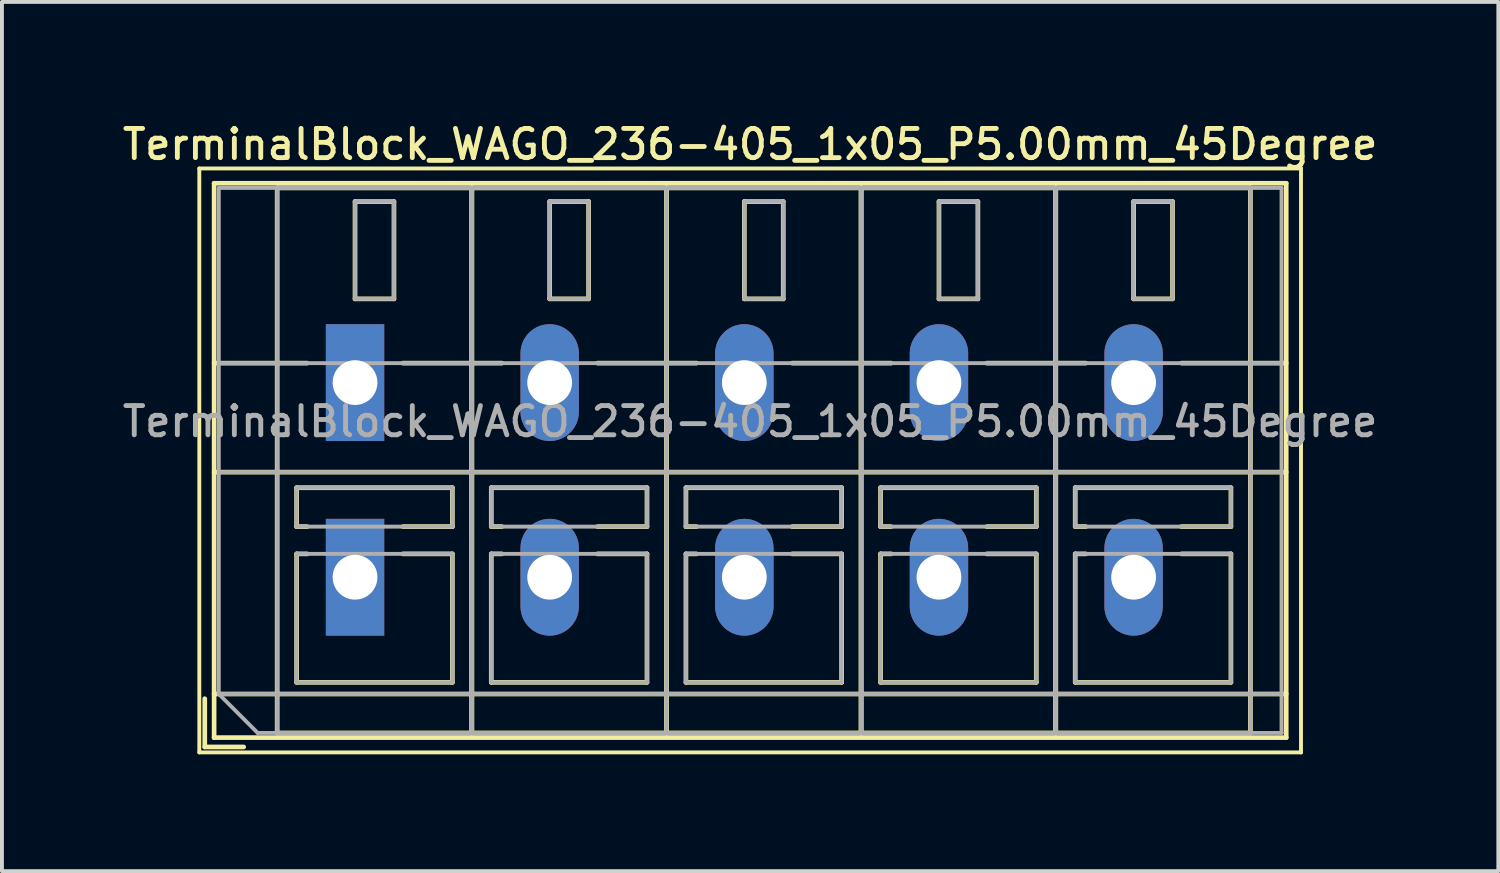
<source format=kicad_pcb>
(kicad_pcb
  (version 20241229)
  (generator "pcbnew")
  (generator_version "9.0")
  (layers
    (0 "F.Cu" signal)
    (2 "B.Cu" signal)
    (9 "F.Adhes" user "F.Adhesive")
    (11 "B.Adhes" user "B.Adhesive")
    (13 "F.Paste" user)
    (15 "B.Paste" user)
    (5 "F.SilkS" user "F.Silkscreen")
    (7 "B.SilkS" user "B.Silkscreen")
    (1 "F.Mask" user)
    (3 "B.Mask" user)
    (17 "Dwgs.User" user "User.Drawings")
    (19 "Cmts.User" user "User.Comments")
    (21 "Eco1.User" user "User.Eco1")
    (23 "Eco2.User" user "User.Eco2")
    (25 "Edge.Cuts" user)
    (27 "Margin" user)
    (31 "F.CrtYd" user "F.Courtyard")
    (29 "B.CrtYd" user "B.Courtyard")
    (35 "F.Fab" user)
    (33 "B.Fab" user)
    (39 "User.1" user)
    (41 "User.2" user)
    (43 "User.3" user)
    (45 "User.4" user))
  (footprint "TerminalBlock_WAGO_236-405_1x05_P5.00mm_45Degree"
    (layer "F.Cu")
    (at 6.07 6.778)
    (property "Reference" "TerminalBlock_WAGO_236-405_1x05_P5.00mm_45Degree" (at 10.15 -6.12 0) (layer "F.SilkS") (effects (font (size 0.75 0.75) (thickness 0.125))))
    (attr through_hole)
    (fp_line (start -4 -5.5) (end -4 9.5) (stroke (width 0.1) (type solid)) (layer "F.SilkS"))
    (fp_line (start -4 9.5) (end 24.3 9.5) (stroke (width 0.1) (type solid)) (layer "F.SilkS"))
    (fp_line (start -3.86 8.12) (end -3.86 9.36) (stroke (width 0.12) (type solid)) (layer "F.SilkS"))
    (fp_line (start -3.86 9.36) (end -2.86 9.36) (stroke (width 0.12) (type solid)) (layer "F.SilkS"))
    (fp_line (start -3.62 -5.12) (end -3.62 9.12) (stroke (width 0.12) (type solid)) (layer "F.SilkS"))
    (fp_line (start -3.62 -5.12) (end 23.92 -5.12) (stroke (width 0.12) (type solid)) (layer "F.SilkS"))
    (fp_line (start -3.62 -0.5) (end -1.23 -0.5) (stroke (width 0.12) (type solid)) (layer "F.SilkS"))
    (fp_line (start -3.62 2.3) (end 23.92 2.3) (stroke (width 0.12) (type solid)) (layer "F.SilkS"))
    (fp_line (start -3.62 8) (end 23.92 8) (stroke (width 0.12) (type solid)) (layer "F.SilkS"))
    (fp_line (start -3.62 9.12) (end 23.92 9.12) (stroke (width 0.12) (type solid)) (layer "F.SilkS"))
    (fp_line (start -2 -5) (end -2 9) (stroke (width 0.12) (type solid)) (layer "F.SilkS"))
    (fp_line (start -2 -5) (end 3 -5) (stroke (width 0.12) (type solid)) (layer "F.SilkS"))
    (fp_line (start -2 9) (end 3 9) (stroke (width 0.12) (type solid)) (layer "F.SilkS"))
    (fp_line (start -1.5 2.7) (end -1.5 3.7) (stroke (width 0.12) (type solid)) (layer "F.SilkS"))
    (fp_line (start -1.5 2.7) (end 2.5 2.7) (stroke (width 0.12) (type solid)) (layer "F.SilkS"))
    (fp_line (start -1.5 3.7) (end -1.23 3.7) (stroke (width 0.12) (type solid)) (layer "F.SilkS"))
    (fp_line (start -1.5 4.4) (end -1.5 7.7) (stroke (width 0.12) (type solid)) (layer "F.SilkS"))
    (fp_line (start -1.5 4.4) (end -1.23 4.4) (stroke (width 0.12) (type solid)) (layer "F.SilkS"))
    (fp_line (start -1.5 7.7) (end 2.5 7.7) (stroke (width 0.12) (type solid)) (layer "F.SilkS"))
    (fp_line (start 0 -4.65) (end 0 -2.151) (stroke (width 0.12) (type solid)) (layer "F.SilkS"))
    (fp_line (start 0 -4.65) (end 1 -4.65) (stroke (width 0.12) (type solid)) (layer "F.SilkS"))
    (fp_line (start 0 -2.151) (end 1 -2.151) (stroke (width 0.12) (type solid)) (layer "F.SilkS"))
    (fp_line (start 1 -4.65) (end 1 -2.151) (stroke (width 0.12) (type solid)) (layer "F.SilkS"))
    (fp_line (start 1.23 -0.5) (end 3.77 -0.5) (stroke (width 0.12) (type solid)) (layer "F.SilkS"))
    (fp_line (start 1.23 3.7) (end 2.5 3.7) (stroke (width 0.12) (type solid)) (layer "F.SilkS"))
    (fp_line (start 1.23 4.4) (end 2.5 4.4) (stroke (width 0.12) (type solid)) (layer "F.SilkS"))
    (fp_line (start 2.5 2.7) (end 2.5 3.7) (stroke (width 0.12) (type solid)) (layer "F.SilkS"))
    (fp_line (start 2.5 4.4) (end 2.5 7.7) (stroke (width 0.12) (type solid)) (layer "F.SilkS"))
    (fp_line (start 3 -5) (end 3 9) (stroke (width 0.12) (type solid)) (layer "F.SilkS"))
    (fp_line (start 3 -5) (end 3 9) (stroke (width 0.12) (type solid)) (layer "F.SilkS"))
    (fp_line (start 3 -5) (end 8 -5) (stroke (width 0.12) (type solid)) (layer "F.SilkS"))
    (fp_line (start 3 9) (end 8 9) (stroke (width 0.12) (type solid)) (layer "F.SilkS"))
    (fp_line (start 3.5 2.7) (end 3.5 3.7) (stroke (width 0.12) (type solid)) (layer "F.SilkS"))
    (fp_line (start 3.5 2.7) (end 7.5 2.7) (stroke (width 0.12) (type solid)) (layer "F.SilkS"))
    (fp_line (start 3.5 3.7) (end 3.77 3.7) (stroke (width 0.12) (type solid)) (layer "F.SilkS"))
    (fp_line (start 3.5 4.4) (end 3.5 7.7) (stroke (width 0.12) (type solid)) (layer "F.SilkS"))
    (fp_line (start 3.5 4.4) (end 3.77 4.4) (stroke (width 0.12) (type solid)) (layer "F.SilkS"))
    (fp_line (start 3.5 7.7) (end 7.5 7.7) (stroke (width 0.12) (type solid)) (layer "F.SilkS"))
    (fp_line (start 5 -4.65) (end 5 -2.151) (stroke (width 0.12) (type solid)) (layer "F.SilkS"))
    (fp_line (start 5 -4.65) (end 6 -4.65) (stroke (width 0.12) (type solid)) (layer "F.SilkS"))
    (fp_line (start 5 -2.151) (end 6 -2.151) (stroke (width 0.12) (type solid)) (layer "F.SilkS"))
    (fp_line (start 6 -4.65) (end 6 -2.151) (stroke (width 0.12) (type solid)) (layer "F.SilkS"))
    (fp_line (start 6.23 -0.5) (end 8.77 -0.5) (stroke (width 0.12) (type solid)) (layer "F.SilkS"))
    (fp_line (start 6.23 3.7) (end 7.5 3.7) (stroke (width 0.12) (type solid)) (layer "F.SilkS"))
    (fp_line (start 6.23 4.4) (end 7.5 4.4) (stroke (width 0.12) (type solid)) (layer "F.SilkS"))
    (fp_line (start 7.5 2.7) (end 7.5 3.7) (stroke (width 0.12) (type solid)) (layer "F.SilkS"))
    (fp_line (start 7.5 4.4) (end 7.5 7.7) (stroke (width 0.12) (type solid)) (layer "F.SilkS"))
    (fp_line (start 8 -5) (end 8 9) (stroke (width 0.12) (type solid)) (layer "F.SilkS"))
    (fp_line (start 8 -5) (end 8 9) (stroke (width 0.12) (type solid)) (layer "F.SilkS"))
    (fp_line (start 8 -5) (end 13 -5) (stroke (width 0.12) (type solid)) (layer "F.SilkS"))
    (fp_line (start 8 9) (end 13 9) (stroke (width 0.12) (type solid)) (layer "F.SilkS"))
    (fp_line (start 8.5 2.7) (end 8.5 3.7) (stroke (width 0.12) (type solid)) (layer "F.SilkS"))
    (fp_line (start 8.5 2.7) (end 12.5 2.7) (stroke (width 0.12) (type solid)) (layer "F.SilkS"))
    (fp_line (start 8.5 3.7) (end 8.77 3.7) (stroke (width 0.12) (type solid)) (layer "F.SilkS"))
    (fp_line (start 8.5 4.4) (end 8.5 7.7) (stroke (width 0.12) (type solid)) (layer "F.SilkS"))
    (fp_line (start 8.5 4.4) (end 8.77 4.4) (stroke (width 0.12) (type solid)) (layer "F.SilkS"))
    (fp_line (start 8.5 7.7) (end 12.5 7.7) (stroke (width 0.12) (type solid)) (layer "F.SilkS"))
    (fp_line (start 10 -4.65) (end 10 -2.151) (stroke (width 0.12) (type solid)) (layer "F.SilkS"))
    (fp_line (start 10 -4.65) (end 11 -4.65) (stroke (width 0.12) (type solid)) (layer "F.SilkS"))
    (fp_line (start 10 -2.151) (end 11 -2.151) (stroke (width 0.12) (type solid)) (layer "F.SilkS"))
    (fp_line (start 11 -4.65) (end 11 -2.151) (stroke (width 0.12) (type solid)) (layer "F.SilkS"))
    (fp_line (start 11.23 -0.5) (end 13.77 -0.5) (stroke (width 0.12) (type solid)) (layer "F.SilkS"))
    (fp_line (start 11.23 3.7) (end 12.5 3.7) (stroke (width 0.12) (type solid)) (layer "F.SilkS"))
    (fp_line (start 11.23 4.4) (end 12.5 4.4) (stroke (width 0.12) (type solid)) (layer "F.SilkS"))
    (fp_line (start 12.5 2.7) (end 12.5 3.7) (stroke (width 0.12) (type solid)) (layer "F.SilkS"))
    (fp_line (start 12.5 4.4) (end 12.5 7.7) (stroke (width 0.12) (type solid)) (layer "F.SilkS"))
    (fp_line (start 13 -5) (end 13 9) (stroke (width 0.12) (type solid)) (layer "F.SilkS"))
    (fp_line (start 13 -5) (end 13 9) (stroke (width 0.12) (type solid)) (layer "F.SilkS"))
    (fp_line (start 13 -5) (end 18 -5) (stroke (width 0.12) (type solid)) (layer "F.SilkS"))
    (fp_line (start 13 9) (end 18 9) (stroke (width 0.12) (type solid)) (layer "F.SilkS"))
    (fp_line (start 13.5 2.7) (end 13.5 3.7) (stroke (width 0.12) (type solid)) (layer "F.SilkS"))
    (fp_line (start 13.5 2.7) (end 17.5 2.7) (stroke (width 0.12) (type solid)) (layer "F.SilkS"))
    (fp_line (start 13.5 3.7) (end 13.77 3.7) (stroke (width 0.12) (type solid)) (layer "F.SilkS"))
    (fp_line (start 13.5 4.4) (end 13.5 7.7) (stroke (width 0.12) (type solid)) (layer "F.SilkS"))
    (fp_line (start 13.5 4.4) (end 13.77 4.4) (stroke (width 0.12) (type solid)) (layer "F.SilkS"))
    (fp_line (start 13.5 7.7) (end 17.5 7.7) (stroke (width 0.12) (type solid)) (layer "F.SilkS"))
    (fp_line (start 15 -4.65) (end 15 -2.151) (stroke (width 0.12) (type solid)) (layer "F.SilkS"))
    (fp_line (start 15 -4.65) (end 16 -4.65) (stroke (width 0.12) (type solid)) (layer "F.SilkS"))
    (fp_line (start 15 -2.151) (end 16 -2.151) (stroke (width 0.12) (type solid)) (layer "F.SilkS"))
    (fp_line (start 16 -4.65) (end 16 -2.151) (stroke (width 0.12) (type solid)) (layer "F.SilkS"))
    (fp_line (start 16.23 -0.5) (end 18.77 -0.5) (stroke (width 0.12) (type solid)) (layer "F.SilkS"))
    (fp_line (start 16.23 3.7) (end 17.5 3.7) (stroke (width 0.12) (type solid)) (layer "F.SilkS"))
    (fp_line (start 16.23 4.4) (end 17.5 4.4) (stroke (width 0.12) (type solid)) (layer "F.SilkS"))
    (fp_line (start 17.5 2.7) (end 17.5 3.7) (stroke (width 0.12) (type solid)) (layer "F.SilkS"))
    (fp_line (start 17.5 4.4) (end 17.5 7.7) (stroke (width 0.12) (type solid)) (layer "F.SilkS"))
    (fp_line (start 18 -5) (end 18 9) (stroke (width 0.12) (type solid)) (layer "F.SilkS"))
    (fp_line (start 18 -5) (end 18 9) (stroke (width 0.12) (type solid)) (layer "F.SilkS"))
    (fp_line (start 18 -5) (end 23 -5) (stroke (width 0.12) (type solid)) (layer "F.SilkS"))
    (fp_line (start 18 9) (end 23 9) (stroke (width 0.12) (type solid)) (layer "F.SilkS"))
    (fp_line (start 18.5 2.7) (end 18.5 3.7) (stroke (width 0.12) (type solid)) (layer "F.SilkS"))
    (fp_line (start 18.5 2.7) (end 22.5 2.7) (stroke (width 0.12) (type solid)) (layer "F.SilkS"))
    (fp_line (start 18.5 3.7) (end 18.77 3.7) (stroke (width 0.12) (type solid)) (layer "F.SilkS"))
    (fp_line (start 18.5 4.4) (end 18.5 7.7) (stroke (width 0.12) (type solid)) (layer "F.SilkS"))
    (fp_line (start 18.5 4.4) (end 18.77 4.4) (stroke (width 0.12) (type solid)) (layer "F.SilkS"))
    (fp_line (start 18.5 7.7) (end 22.5 7.7) (stroke (width 0.12) (type solid)) (layer "F.SilkS"))
    (fp_line (start 20 -4.65) (end 20 -2.151) (stroke (width 0.12) (type solid)) (layer "F.SilkS"))
    (fp_line (start 20 -4.65) (end 21 -4.65) (stroke (width 0.12) (type solid)) (layer "F.SilkS"))
    (fp_line (start 20 -2.151) (end 21 -2.151) (stroke (width 0.12) (type solid)) (layer "F.SilkS"))
    (fp_line (start 21 -4.65) (end 21 -2.151) (stroke (width 0.12) (type solid)) (layer "F.SilkS"))
    (fp_line (start 21.23 -0.5) (end 23.92 -0.5) (stroke (width 0.12) (type solid)) (layer "F.SilkS"))
    (fp_line (start 21.23 3.7) (end 22.5 3.7) (stroke (width 0.12) (type solid)) (layer "F.SilkS"))
    (fp_line (start 21.23 4.4) (end 22.5 4.4) (stroke (width 0.12) (type solid)) (layer "F.SilkS"))
    (fp_line (start 22.5 2.7) (end 22.5 3.7) (stroke (width 0.12) (type solid)) (layer "F.SilkS"))
    (fp_line (start 22.5 4.4) (end 22.5 7.7) (stroke (width 0.12) (type solid)) (layer "F.SilkS"))
    (fp_line (start 23 -5) (end 23 9) (stroke (width 0.12) (type solid)) (layer "F.SilkS"))
    (fp_line (start 23.92 -5.12) (end 23.92 9.12) (stroke (width 0.12) (type solid)) (layer "F.SilkS"))
    (fp_line (start 24.3 -5.5) (end -4 -5.5) (stroke (width 0.1) (type solid)) (layer "F.SilkS"))
    (fp_line (start 24.3 9.5) (end 24.3 -5.5) (stroke (width 0.1) (type solid)) (layer "F.SilkS"))
    (fp_line (start -3.5 -5) (end 23.8 -5) (stroke (width 0.1) (type solid)) (layer "F.Fab"))
    (fp_line (start -3.5 -0.5) (end 23.8 -0.5) (stroke (width 0.1) (type solid)) (layer "F.Fab"))
    (fp_line (start -3.5 2.3) (end 23.8 2.3) (stroke (width 0.1) (type solid)) (layer "F.Fab"))
    (fp_line (start -3.5 8) (end -3.5 -5) (stroke (width 0.1) (type solid)) (layer "F.Fab"))
    (fp_line (start -3.5 8) (end 23.8 8) (stroke (width 0.1) (type solid)) (layer "F.Fab"))
    (fp_line (start -2.5 9) (end -3.5 8) (stroke (width 0.1) (type solid)) (layer "F.Fab"))
    (fp_line (start -2 -5) (end -2 9) (stroke (width 0.1) (type solid)) (layer "F.Fab"))
    (fp_line (start -2 9) (end 3 9) (stroke (width 0.1) (type solid)) (layer "F.Fab"))
    (fp_line (start -1.5 2.7) (end -1.5 3.7) (stroke (width 0.1) (type solid)) (layer "F.Fab"))
    (fp_line (start -1.5 3.7) (end 2.5 3.7) (stroke (width 0.1) (type solid)) (layer "F.Fab"))
    (fp_line (start -1.5 4.4) (end -1.5 7.7) (stroke (width 0.1) (type solid)) (layer "F.Fab"))
    (fp_line (start -1.5 7.7) (end 2.5 7.7) (stroke (width 0.1) (type solid)) (layer "F.Fab"))
    (fp_line (start 0 -4.65) (end 0 -2.15) (stroke (width 0.1) (type solid)) (layer "F.Fab"))
    (fp_line (start 0 -2.15) (end 1 -2.15) (stroke (width 0.1) (type solid)) (layer "F.Fab"))
    (fp_line (start 1 -4.65) (end 0 -4.65) (stroke (width 0.1) (type solid)) (layer "F.Fab"))
    (fp_line (start 1 -2.15) (end 1 -4.65) (stroke (width 0.1) (type solid)) (layer "F.Fab"))
    (fp_line (start 2.5 2.7) (end -1.5 2.7) (stroke (width 0.1) (type solid)) (layer "F.Fab"))
    (fp_line (start 2.5 3.7) (end 2.5 2.7) (stroke (width 0.1) (type solid)) (layer "F.Fab"))
    (fp_line (start 2.5 4.4) (end -1.5 4.4) (stroke (width 0.1) (type solid)) (layer "F.Fab"))
    (fp_line (start 2.5 7.7) (end 2.5 4.4) (stroke (width 0.1) (type solid)) (layer "F.Fab"))
    (fp_line (start 3 -5) (end -2 -5) (stroke (width 0.1) (type solid)) (layer "F.Fab"))
    (fp_line (start 3 -5) (end 3 9) (stroke (width 0.1) (type solid)) (layer "F.Fab"))
    (fp_line (start 3 9) (end 3 -5) (stroke (width 0.1) (type solid)) (layer "F.Fab"))
    (fp_line (start 3 9) (end 8 9) (stroke (width 0.1) (type solid)) (layer "F.Fab"))
    (fp_line (start 3.5 2.7) (end 3.5 3.7) (stroke (width 0.1) (type solid)) (layer "F.Fab"))
    (fp_line (start 3.5 3.7) (end 7.5 3.7) (stroke (width 0.1) (type solid)) (layer "F.Fab"))
    (fp_line (start 3.5 4.4) (end 3.5 7.7) (stroke (width 0.1) (type solid)) (layer "F.Fab"))
    (fp_line (start 3.5 7.7) (end 7.5 7.7) (stroke (width 0.1) (type solid)) (layer "F.Fab"))
    (fp_line (start 5 -4.65) (end 5 -2.15) (stroke (width 0.1) (type solid)) (layer "F.Fab"))
    (fp_line (start 5 -2.15) (end 6 -2.15) (stroke (width 0.1) (type solid)) (layer "F.Fab"))
    (fp_line (start 6 -4.65) (end 5 -4.65) (stroke (width 0.1) (type solid)) (layer "F.Fab"))
    (fp_line (start 6 -2.15) (end 6 -4.65) (stroke (width 0.1) (type solid)) (layer "F.Fab"))
    (fp_line (start 7.5 2.7) (end 3.5 2.7) (stroke (width 0.1) (type solid)) (layer "F.Fab"))
    (fp_line (start 7.5 3.7) (end 7.5 2.7) (stroke (width 0.1) (type solid)) (layer "F.Fab"))
    (fp_line (start 7.5 4.4) (end 3.5 4.4) (stroke (width 0.1) (type solid)) (layer "F.Fab"))
    (fp_line (start 7.5 7.7) (end 7.5 4.4) (stroke (width 0.1) (type solid)) (layer "F.Fab"))
    (fp_line (start 8 -5) (end 3 -5) (stroke (width 0.1) (type solid)) (layer "F.Fab"))
    (fp_line (start 8 -5) (end 8 9) (stroke (width 0.1) (type solid)) (layer "F.Fab"))
    (fp_line (start 8 9) (end 8 -5) (stroke (width 0.1) (type solid)) (layer "F.Fab"))
    (fp_line (start 8 9) (end 13 9) (stroke (width 0.1) (type solid)) (layer "F.Fab"))
    (fp_line (start 8.5 2.7) (end 8.5 3.7) (stroke (width 0.1) (type solid)) (layer "F.Fab"))
    (fp_line (start 8.5 3.7) (end 12.5 3.7) (stroke (width 0.1) (type solid)) (layer "F.Fab"))
    (fp_line (start 8.5 4.4) (end 8.5 7.7) (stroke (width 0.1) (type solid)) (layer "F.Fab"))
    (fp_line (start 8.5 7.7) (end 12.5 7.7) (stroke (width 0.1) (type solid)) (layer "F.Fab"))
    (fp_line (start 10 -4.65) (end 10 -2.15) (stroke (width 0.1) (type solid)) (layer "F.Fab"))
    (fp_line (start 10 -2.15) (end 11 -2.15) (stroke (width 0.1) (type solid)) (layer "F.Fab"))
    (fp_line (start 11 -4.65) (end 10 -4.65) (stroke (width 0.1) (type solid)) (layer "F.Fab"))
    (fp_line (start 11 -2.15) (end 11 -4.65) (stroke (width 0.1) (type solid)) (layer "F.Fab"))
    (fp_line (start 12.5 2.7) (end 8.5 2.7) (stroke (width 0.1) (type solid)) (layer "F.Fab"))
    (fp_line (start 12.5 3.7) (end 12.5 2.7) (stroke (width 0.1) (type solid)) (layer "F.Fab"))
    (fp_line (start 12.5 4.4) (end 8.5 4.4) (stroke (width 0.1) (type solid)) (layer "F.Fab"))
    (fp_line (start 12.5 7.7) (end 12.5 4.4) (stroke (width 0.1) (type solid)) (layer "F.Fab"))
    (fp_line (start 13 -5) (end 8 -5) (stroke (width 0.1) (type solid)) (layer "F.Fab"))
    (fp_line (start 13 -5) (end 13 9) (stroke (width 0.1) (type solid)) (layer "F.Fab"))
    (fp_line (start 13 9) (end 13 -5) (stroke (width 0.1) (type solid)) (layer "F.Fab"))
    (fp_line (start 13 9) (end 18 9) (stroke (width 0.1) (type solid)) (layer "F.Fab"))
    (fp_line (start 13.5 2.7) (end 13.5 3.7) (stroke (width 0.1) (type solid)) (layer "F.Fab"))
    (fp_line (start 13.5 3.7) (end 17.5 3.7) (stroke (width 0.1) (type solid)) (layer "F.Fab"))
    (fp_line (start 13.5 4.4) (end 13.5 7.7) (stroke (width 0.1) (type solid)) (layer "F.Fab"))
    (fp_line (start 13.5 7.7) (end 17.5 7.7) (stroke (width 0.1) (type solid)) (layer "F.Fab"))
    (fp_line (start 15 -4.65) (end 15 -2.15) (stroke (width 0.1) (type solid)) (layer "F.Fab"))
    (fp_line (start 15 -2.15) (end 16 -2.15) (stroke (width 0.1) (type solid)) (layer "F.Fab"))
    (fp_line (start 16 -4.65) (end 15 -4.65) (stroke (width 0.1) (type solid)) (layer "F.Fab"))
    (fp_line (start 16 -2.15) (end 16 -4.65) (stroke (width 0.1) (type solid)) (layer "F.Fab"))
    (fp_line (start 17.5 2.7) (end 13.5 2.7) (stroke (width 0.1) (type solid)) (layer "F.Fab"))
    (fp_line (start 17.5 3.7) (end 17.5 2.7) (stroke (width 0.1) (type solid)) (layer "F.Fab"))
    (fp_line (start 17.5 4.4) (end 13.5 4.4) (stroke (width 0.1) (type solid)) (layer "F.Fab"))
    (fp_line (start 17.5 7.7) (end 17.5 4.4) (stroke (width 0.1) (type solid)) (layer "F.Fab"))
    (fp_line (start 18 -5) (end 13 -5) (stroke (width 0.1) (type solid)) (layer "F.Fab"))
    (fp_line (start 18 -5) (end 18 9) (stroke (width 0.1) (type solid)) (layer "F.Fab"))
    (fp_line (start 18 9) (end 18 -5) (stroke (width 0.1) (type solid)) (layer "F.Fab"))
    (fp_line (start 18 9) (end 23 9) (stroke (width 0.1) (type solid)) (layer "F.Fab"))
    (fp_line (start 18.5 2.7) (end 18.5 3.7) (stroke (width 0.1) (type solid)) (layer "F.Fab"))
    (fp_line (start 18.5 3.7) (end 22.5 3.7) (stroke (width 0.1) (type solid)) (layer "F.Fab"))
    (fp_line (start 18.5 4.4) (end 18.5 7.7) (stroke (width 0.1) (type solid)) (layer "F.Fab"))
    (fp_line (start 18.5 7.7) (end 22.5 7.7) (stroke (width 0.1) (type solid)) (layer "F.Fab"))
    (fp_line (start 20 -4.65) (end 20 -2.15) (stroke (width 0.1) (type solid)) (layer "F.Fab"))
    (fp_line (start 20 -2.15) (end 21 -2.15) (stroke (width 0.1) (type solid)) (layer "F.Fab"))
    (fp_line (start 21 -4.65) (end 20 -4.65) (stroke (width 0.1) (type solid)) (layer "F.Fab"))
    (fp_line (start 21 -2.15) (end 21 -4.65) (stroke (width 0.1) (type solid)) (layer "F.Fab"))
    (fp_line (start 22.5 2.7) (end 18.5 2.7) (stroke (width 0.1) (type solid)) (layer "F.Fab"))
    (fp_line (start 22.5 3.7) (end 22.5 2.7) (stroke (width 0.1) (type solid)) (layer "F.Fab"))
    (fp_line (start 22.5 4.4) (end 18.5 4.4) (stroke (width 0.1) (type solid)) (layer "F.Fab"))
    (fp_line (start 22.5 7.7) (end 22.5 4.4) (stroke (width 0.1) (type solid)) (layer "F.Fab"))
    (fp_line (start 23 -5) (end 18 -5) (stroke (width 0.1) (type solid)) (layer "F.Fab"))
    (fp_line (start 23 9) (end 23 -5) (stroke (width 0.1) (type solid)) (layer "F.Fab"))
    (fp_line (start 23.8 -5) (end 23.8 9) (stroke (width 0.1) (type solid)) (layer "F.Fab"))
    (fp_line (start 23.8 9) (end -2.5 9) (stroke (width 0.1) (type solid)) (layer "F.Fab"))
    (fp_text user "${REFERENCE}" (at 10.15 1 0) (layer "F.Fab") (effects (font (size 0.75 0.75) (thickness 0.125))))
    (pad "1" thru_hole rect (at 0 0) (size 1.5 3) (drill 1.15) (layers "*.Cu" "*.Mask"))
    (pad "1" thru_hole rect (at 0 5) (size 1.5 3) (drill 1.15) (layers "*.Cu" "*.Mask"))
    (pad "2" thru_hole oval (at 5 0) (size 1.5 3) (drill 1.15) (layers "*.Cu" "*.Mask"))
    (pad "2" thru_hole oval (at 5 5) (size 1.5 3) (drill 1.15) (layers "*.Cu" "*.Mask"))
    (pad "3" thru_hole oval (at 10 0) (size 1.5 3) (drill 1.15) (layers "*.Cu" "*.Mask"))
    (pad "3" thru_hole oval (at 10 5) (size 1.5 3) (drill 1.15) (layers "*.Cu" "*.Mask"))
    (pad "4" thru_hole oval (at 15 0) (size 1.5 3) (drill 1.15) (layers "*.Cu" "*.Mask"))
    (pad "4" thru_hole oval (at 15 5) (size 1.5 3) (drill 1.15) (layers "*.Cu" "*.Mask"))
    (pad "5" thru_hole oval (at 20 0) (size 1.5 3) (drill 1.15) (layers "*.Cu" "*.Mask"))
    (pad "5" thru_hole oval (at 20 5) (size 1.5 3) (drill 1.15) (layers "*.Cu" "*.Mask")))
  (gr_rect
    (start -3 -3)
    (end 35.439 19.328)
    (stroke (width 0.1) (type default))
    (fill no)
    (layer "Edge.Cuts")))
</source>
